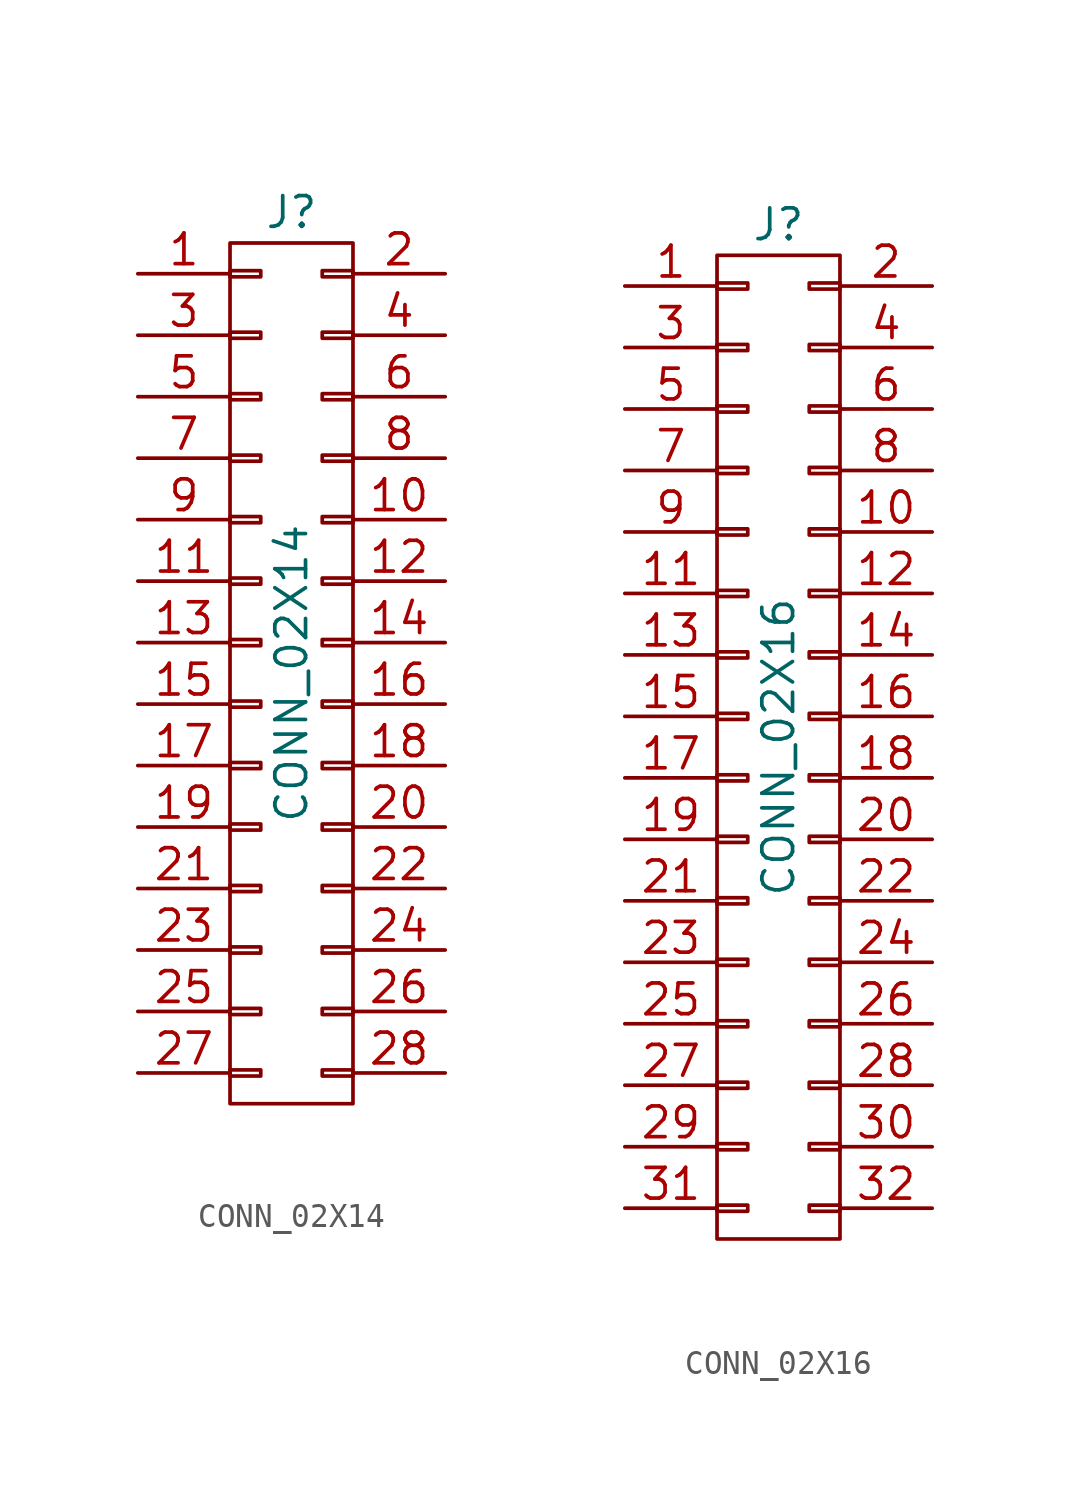
<source format=kicad_sym>
(kicad_symbol_lib
  (version 20211014)
  (generator kicad_symbol_editor)
  (symbol "CONN_02X14"
    (pin_names
      (offset 0.025) hide)
    (property "Reference" "J"
      (at 0 19.05 0)
      (effects (font (size 1.27 1.27))))
    (property "Value" "CONN_02X14"
      (at 0 0 90)
      (effects (font (size 1.27 1.27))))
    (symbol "CONN_02X14_0_1"
      (rectangle (start -2.54 -16.383) (end -1.27 -16.637) (stroke (width 0) (type default) (color 0 0 0 0)) (fill (type none)))
      (rectangle (start -2.54 -13.843) (end -1.27 -14.097) (stroke (width 0) (type default) (color 0 0 0 0)) (fill (type none)))
      (rectangle (start -2.54 -11.303) (end -1.27 -11.557) (stroke (width 0) (type default) (color 0 0 0 0)) (fill (type none)))
      (rectangle (start -2.54 -8.763) (end -1.27 -9.017) (stroke (width 0) (type default) (color 0 0 0 0)) (fill (type none)))
      (rectangle (start -2.54 -6.223) (end -1.27 -6.477) (stroke (width 0) (type default) (color 0 0 0 0)) (fill (type none)))
      (rectangle (start -2.54 -3.683) (end -1.27 -3.937) (stroke (width 0) (type default) (color 0 0 0 0)) (fill (type none)))
      (rectangle (start -2.54 -1.143) (end -1.27 -1.397) (stroke (width 0) (type default) (color 0 0 0 0)) (fill (type none)))
      (rectangle (start -2.54 1.397) (end -1.27 1.143) (stroke (width 0) (type default) (color 0 0 0 0)) (fill (type none)))
      (rectangle (start -2.54 3.937) (end -1.27 3.683) (stroke (width 0) (type default) (color 0 0 0 0)) (fill (type none)))
      (rectangle (start -2.54 6.477) (end -1.27 6.223) (stroke (width 0) (type default) (color 0 0 0 0)) (fill (type none)))
      (rectangle (start -2.54 9.017) (end -1.27 8.763) (stroke (width 0) (type default) (color 0 0 0 0)) (fill (type none)))
      (rectangle (start -2.54 11.557) (end -1.27 11.303) (stroke (width 0) (type default) (color 0 0 0 0)) (fill (type none)))
      (rectangle (start -2.54 14.097) (end -1.27 13.843) (stroke (width 0) (type default) (color 0 0 0 0)) (fill (type none)))
      (rectangle (start -2.54 16.637) (end -1.27 16.383) (stroke (width 0) (type default) (color 0 0 0 0)) (fill (type none)))
      (rectangle (start -2.54 17.78) (end 2.54 -17.78) (stroke (width 0) (type default) (color 0 0 0 0)) (fill (type none)))
      (rectangle (start 1.27 -16.383) (end 2.54 -16.637) (stroke (width 0) (type default) (color 0 0 0 0)) (fill (type none)))
      (rectangle (start 1.27 -13.843) (end 2.54 -14.097) (stroke (width 0) (type default) (color 0 0 0 0)) (fill (type none)))
      (rectangle (start 1.27 -11.303) (end 2.54 -11.557) (stroke (width 0) (type default) (color 0 0 0 0)) (fill (type none)))
      (rectangle (start 1.27 -8.763) (end 2.54 -9.017) (stroke (width 0) (type default) (color 0 0 0 0)) (fill (type none)))
      (rectangle (start 1.27 -6.223) (end 2.54 -6.477) (stroke (width 0) (type default) (color 0 0 0 0)) (fill (type none)))
      (rectangle (start 1.27 -3.683) (end 2.54 -3.937) (stroke (width 0) (type default) (color 0 0 0 0)) (fill (type none)))
      (rectangle (start 1.27 -1.143) (end 2.54 -1.397) (stroke (width 0) (type default) (color 0 0 0 0)) (fill (type none)))
      (rectangle (start 1.27 1.397) (end 2.54 1.143) (stroke (width 0) (type default) (color 0 0 0 0)) (fill (type none)))
      (rectangle (start 1.27 3.937) (end 2.54 3.683) (stroke (width 0) (type default) (color 0 0 0 0)) (fill (type none)))
      (rectangle (start 1.27 6.477) (end 2.54 6.223) (stroke (width 0) (type default) (color 0 0 0 0)) (fill (type none)))
      (rectangle (start 1.27 9.017) (end 2.54 8.763) (stroke (width 0) (type default) (color 0 0 0 0)) (fill (type none)))
      (rectangle (start 1.27 11.557) (end 2.54 11.303) (stroke (width 0) (type default) (color 0 0 0 0)) (fill (type none)))
      (rectangle (start 1.27 14.097) (end 2.54 13.843) (stroke (width 0) (type default) (color 0 0 0 0)) (fill (type none)))
      (rectangle (start 1.27 16.637) (end 2.54 16.383) (stroke (width 0) (type default) (color 0 0 0 0)) (fill (type none))))
    (symbol "CONN_02X14_1_1"
      (pin passive line (at -6.35 16.51 0) (length 3.81) (name "P1" (effects (font (size 1.27 1.27)))) (number "1" (effects (font (size 1.27 1.27)))))
      (pin passive line (at 6.35 6.35 180) (length 3.81) (name "P10" (effects (font (size 1.27 1.27)))) (number "10" (effects (font (size 1.27 1.27)))))
      (pin passive line (at -6.35 3.81 0) (length 3.81) (name "P11" (effects (font (size 1.27 1.27)))) (number "11" (effects (font (size 1.27 1.27)))))
      (pin passive line (at 6.35 3.81 180) (length 3.81) (name "P12" (effects (font (size 1.27 1.27)))) (number "12" (effects (font (size 1.27 1.27)))))
      (pin passive line (at -6.35 1.27 0) (length 3.81) (name "P13" (effects (font (size 1.27 1.27)))) (number "13" (effects (font (size 1.27 1.27)))))
      (pin passive line (at 6.35 1.27 180) (length 3.81) (name "P14" (effects (font (size 1.27 1.27)))) (number "14" (effects (font (size 1.27 1.27)))))
      (pin passive line (at -6.35 -1.27 0) (length 3.81) (name "P15" (effects (font (size 1.27 1.27)))) (number "15" (effects (font (size 1.27 1.27)))))
      (pin passive line (at 6.35 -1.27 180) (length 3.81) (name "P16" (effects (font (size 1.27 1.27)))) (number "16" (effects (font (size 1.27 1.27)))))
      (pin passive line (at -6.35 -3.81 0) (length 3.81) (name "P17" (effects (font (size 1.27 1.27)))) (number "17" (effects (font (size 1.27 1.27)))))
      (pin passive line (at 6.35 -3.81 180) (length 3.81) (name "P18" (effects (font (size 1.27 1.27)))) (number "18" (effects (font (size 1.27 1.27)))))
      (pin passive line (at -6.35 -6.35 0) (length 3.81) (name "P19" (effects (font (size 1.27 1.27)))) (number "19" (effects (font (size 1.27 1.27)))))
      (pin passive line (at 6.35 16.51 180) (length 3.81) (name "P2" (effects (font (size 1.27 1.27)))) (number "2" (effects (font (size 1.27 1.27)))))
      (pin passive line (at 6.35 -6.35 180) (length 3.81) (name "P20" (effects (font (size 1.27 1.27)))) (number "20" (effects (font (size 1.27 1.27)))))
      (pin passive line (at -6.35 -8.89 0) (length 3.81) (name "P21" (effects (font (size 1.27 1.27)))) (number "21" (effects (font (size 1.27 1.27)))))
      (pin passive line (at 6.35 -8.89 180) (length 3.81) (name "P22" (effects (font (size 1.27 1.27)))) (number "22" (effects (font (size 1.27 1.27)))))
      (pin passive line (at -6.35 -11.43 0) (length 3.81) (name "P23" (effects (font (size 1.27 1.27)))) (number "23" (effects (font (size 1.27 1.27)))))
      (pin passive line (at 6.35 -11.43 180) (length 3.81) (name "P24" (effects (font (size 1.27 1.27)))) (number "24" (effects (font (size 1.27 1.27)))))
      (pin passive line (at -6.35 -13.97 0) (length 3.81) (name "P25" (effects (font (size 1.27 1.27)))) (number "25" (effects (font (size 1.27 1.27)))))
      (pin passive line (at 6.35 -13.97 180) (length 3.81) (name "P26" (effects (font (size 1.27 1.27)))) (number "26" (effects (font (size 1.27 1.27)))))
      (pin passive line (at -6.35 -16.51 0) (length 3.81) (name "P27" (effects (font (size 1.27 1.27)))) (number "27" (effects (font (size 1.27 1.27)))))
      (pin passive line (at 6.35 -16.51 180) (length 3.81) (name "P28" (effects (font (size 1.27 1.27)))) (number "28" (effects (font (size 1.27 1.27)))))
      (pin passive line (at -6.35 13.97 0) (length 3.81) (name "P3" (effects (font (size 1.27 1.27)))) (number "3" (effects (font (size 1.27 1.27)))))
      (pin passive line (at 6.35 13.97 180) (length 3.81) (name "P4" (effects (font (size 1.27 1.27)))) (number "4" (effects (font (size 1.27 1.27)))))
      (pin passive line (at -6.35 11.43 0) (length 3.81) (name "P5" (effects (font (size 1.27 1.27)))) (number "5" (effects (font (size 1.27 1.27)))))
      (pin passive line (at 6.35 11.43 180) (length 3.81) (name "P6" (effects (font (size 1.27 1.27)))) (number "6" (effects (font (size 1.27 1.27)))))
      (pin passive line (at -6.35 8.89 0) (length 3.81) (name "P7" (effects (font (size 1.27 1.27)))) (number "7" (effects (font (size 1.27 1.27)))))
      (pin passive line (at 6.35 8.89 180) (length 3.81) (name "P8" (effects (font (size 1.27 1.27)))) (number "8" (effects (font (size 1.27 1.27)))))
      (pin passive line (at -6.35 6.35 0) (length 3.81) (name "P9" (effects (font (size 1.27 1.27)))) (number "9" (effects (font (size 1.27 1.27)))))))
  (symbol "CONN_02X16"
    (pin_names
      (offset 0.025) hide)
    (property "Reference" "J"
      (at 0 21.59 0)
      (effects (font (size 1.27 1.27))))
    (property "Value" "CONN_02X16"
      (at 0 0 90)
      (effects (font (size 1.27 1.27))))
    (symbol "CONN_02X16_0_1"
      (rectangle (start -2.54 -18.923) (end -1.27 -19.177) (stroke (width 0) (type default) (color 0 0 0 0)) (fill (type none)))
      (rectangle (start -2.54 -16.383) (end -1.27 -16.637) (stroke (width 0) (type default) (color 0 0 0 0)) (fill (type none)))
      (rectangle (start -2.54 -13.843) (end -1.27 -14.097) (stroke (width 0) (type default) (color 0 0 0 0)) (fill (type none)))
      (rectangle (start -2.54 -11.303) (end -1.27 -11.557) (stroke (width 0) (type default) (color 0 0 0 0)) (fill (type none)))
      (rectangle (start -2.54 -8.763) (end -1.27 -9.017) (stroke (width 0) (type default) (color 0 0 0 0)) (fill (type none)))
      (rectangle (start -2.54 -6.223) (end -1.27 -6.477) (stroke (width 0) (type default) (color 0 0 0 0)) (fill (type none)))
      (rectangle (start -2.54 -3.683) (end -1.27 -3.937) (stroke (width 0) (type default) (color 0 0 0 0)) (fill (type none)))
      (rectangle (start -2.54 -1.143) (end -1.27 -1.397) (stroke (width 0) (type default) (color 0 0 0 0)) (fill (type none)))
      (rectangle (start -2.54 1.397) (end -1.27 1.143) (stroke (width 0) (type default) (color 0 0 0 0)) (fill (type none)))
      (rectangle (start -2.54 3.937) (end -1.27 3.683) (stroke (width 0) (type default) (color 0 0 0 0)) (fill (type none)))
      (rectangle (start -2.54 6.477) (end -1.27 6.223) (stroke (width 0) (type default) (color 0 0 0 0)) (fill (type none)))
      (rectangle (start -2.54 9.017) (end -1.27 8.763) (stroke (width 0) (type default) (color 0 0 0 0)) (fill (type none)))
      (rectangle (start -2.54 11.557) (end -1.27 11.303) (stroke (width 0) (type default) (color 0 0 0 0)) (fill (type none)))
      (rectangle (start -2.54 14.097) (end -1.27 13.843) (stroke (width 0) (type default) (color 0 0 0 0)) (fill (type none)))
      (rectangle (start -2.54 16.637) (end -1.27 16.383) (stroke (width 0) (type default) (color 0 0 0 0)) (fill (type none)))
      (rectangle (start -2.54 19.177) (end -1.27 18.923) (stroke (width 0) (type default) (color 0 0 0 0)) (fill (type none)))
      (rectangle (start -2.54 20.32) (end 2.54 -20.32) (stroke (width 0) (type default) (color 0 0 0 0)) (fill (type none)))
      (rectangle (start 1.27 -18.923) (end 2.54 -19.177) (stroke (width 0) (type default) (color 0 0 0 0)) (fill (type none)))
      (rectangle (start 1.27 -16.383) (end 2.54 -16.637) (stroke (width 0) (type default) (color 0 0 0 0)) (fill (type none)))
      (rectangle (start 1.27 -13.843) (end 2.54 -14.097) (stroke (width 0) (type default) (color 0 0 0 0)) (fill (type none)))
      (rectangle (start 1.27 -11.303) (end 2.54 -11.557) (stroke (width 0) (type default) (color 0 0 0 0)) (fill (type none)))
      (rectangle (start 1.27 -8.763) (end 2.54 -9.017) (stroke (width 0) (type default) (color 0 0 0 0)) (fill (type none)))
      (rectangle (start 1.27 -6.223) (end 2.54 -6.477) (stroke (width 0) (type default) (color 0 0 0 0)) (fill (type none)))
      (rectangle (start 1.27 -3.683) (end 2.54 -3.937) (stroke (width 0) (type default) (color 0 0 0 0)) (fill (type none)))
      (rectangle (start 1.27 -1.143) (end 2.54 -1.397) (stroke (width 0) (type default) (color 0 0 0 0)) (fill (type none)))
      (rectangle (start 1.27 1.397) (end 2.54 1.143) (stroke (width 0) (type default) (color 0 0 0 0)) (fill (type none)))
      (rectangle (start 1.27 3.937) (end 2.54 3.683) (stroke (width 0) (type default) (color 0 0 0 0)) (fill (type none)))
      (rectangle (start 1.27 6.477) (end 2.54 6.223) (stroke (width 0) (type default) (color 0 0 0 0)) (fill (type none)))
      (rectangle (start 1.27 9.017) (end 2.54 8.763) (stroke (width 0) (type default) (color 0 0 0 0)) (fill (type none)))
      (rectangle (start 1.27 11.557) (end 2.54 11.303) (stroke (width 0) (type default) (color 0 0 0 0)) (fill (type none)))
      (rectangle (start 1.27 14.097) (end 2.54 13.843) (stroke (width 0) (type default) (color 0 0 0 0)) (fill (type none)))
      (rectangle (start 1.27 16.637) (end 2.54 16.383) (stroke (width 0) (type default) (color 0 0 0 0)) (fill (type none)))
      (rectangle (start 1.27 19.177) (end 2.54 18.923) (stroke (width 0) (type default) (color 0 0 0 0)) (fill (type none))))
    (symbol "CONN_02X16_1_1"
      (pin passive line (at -6.35 19.05 0) (length 3.81) (name "P1" (effects (font (size 1.27 1.27)))) (number "1" (effects (font (size 1.27 1.27)))))
      (pin passive line (at 6.35 8.89 180) (length 3.81) (name "P10" (effects (font (size 1.27 1.27)))) (number "10" (effects (font (size 1.27 1.27)))))
      (pin passive line (at -6.35 6.35 0) (length 3.81) (name "P11" (effects (font (size 1.27 1.27)))) (number "11" (effects (font (size 1.27 1.27)))))
      (pin passive line (at 6.35 6.35 180) (length 3.81) (name "P12" (effects (font (size 1.27 1.27)))) (number "12" (effects (font (size 1.27 1.27)))))
      (pin passive line (at -6.35 3.81 0) (length 3.81) (name "P13" (effects (font (size 1.27 1.27)))) (number "13" (effects (font (size 1.27 1.27)))))
      (pin passive line (at 6.35 3.81 180) (length 3.81) (name "P14" (effects (font (size 1.27 1.27)))) (number "14" (effects (font (size 1.27 1.27)))))
      (pin passive line (at -6.35 1.27 0) (length 3.81) (name "P15" (effects (font (size 1.27 1.27)))) (number "15" (effects (font (size 1.27 1.27)))))
      (pin passive line (at 6.35 1.27 180) (length 3.81) (name "P16" (effects (font (size 1.27 1.27)))) (number "16" (effects (font (size 1.27 1.27)))))
      (pin passive line (at -6.35 -1.27 0) (length 3.81) (name "P17" (effects (font (size 1.27 1.27)))) (number "17" (effects (font (size 1.27 1.27)))))
      (pin passive line (at 6.35 -1.27 180) (length 3.81) (name "P18" (effects (font (size 1.27 1.27)))) (number "18" (effects (font (size 1.27 1.27)))))
      (pin passive line (at -6.35 -3.81 0) (length 3.81) (name "P19" (effects (font (size 1.27 1.27)))) (number "19" (effects (font (size 1.27 1.27)))))
      (pin passive line (at 6.35 19.05 180) (length 3.81) (name "P2" (effects (font (size 1.27 1.27)))) (number "2" (effects (font (size 1.27 1.27)))))
      (pin passive line (at 6.35 -3.81 180) (length 3.81) (name "P20" (effects (font (size 1.27 1.27)))) (number "20" (effects (font (size 1.27 1.27)))))
      (pin passive line (at -6.35 -6.35 0) (length 3.81) (name "P21" (effects (font (size 1.27 1.27)))) (number "21" (effects (font (size 1.27 1.27)))))
      (pin passive line (at 6.35 -6.35 180) (length 3.81) (name "P22" (effects (font (size 1.27 1.27)))) (number "22" (effects (font (size 1.27 1.27)))))
      (pin passive line (at -6.35 -8.89 0) (length 3.81) (name "P23" (effects (font (size 1.27 1.27)))) (number "23" (effects (font (size 1.27 1.27)))))
      (pin passive line (at 6.35 -8.89 180) (length 3.81) (name "P24" (effects (font (size 1.27 1.27)))) (number "24" (effects (font (size 1.27 1.27)))))
      (pin passive line (at -6.35 -11.43 0) (length 3.81) (name "P25" (effects (font (size 1.27 1.27)))) (number "25" (effects (font (size 1.27 1.27)))))
      (pin passive line (at 6.35 -11.43 180) (length 3.81) (name "P26" (effects (font (size 1.27 1.27)))) (number "26" (effects (font (size 1.27 1.27)))))
      (pin passive line (at -6.35 -13.97 0) (length 3.81) (name "P27" (effects (font (size 1.27 1.27)))) (number "27" (effects (font (size 1.27 1.27)))))
      (pin passive line (at 6.35 -13.97 180) (length 3.81) (name "P28" (effects (font (size 1.27 1.27)))) (number "28" (effects (font (size 1.27 1.27)))))
      (pin passive line (at -6.35 -16.51 0) (length 3.81) (name "P29" (effects (font (size 1.27 1.27)))) (number "29" (effects (font (size 1.27 1.27)))))
      (pin passive line (at -6.35 16.51 0) (length 3.81) (name "P3" (effects (font (size 1.27 1.27)))) (number "3" (effects (font (size 1.27 1.27)))))
      (pin passive line (at 6.35 -16.51 180) (length 3.81) (name "P30" (effects (font (size 1.27 1.27)))) (number "30" (effects (font (size 1.27 1.27)))))
      (pin passive line (at -6.35 -19.05 0) (length 3.81) (name "P31" (effects (font (size 1.27 1.27)))) (number "31" (effects (font (size 1.27 1.27)))))
      (pin passive line (at 6.35 -19.05 180) (length 3.81) (name "P32" (effects (font (size 1.27 1.27)))) (number "32" (effects (font (size 1.27 1.27)))))
      (pin passive line (at 6.35 16.51 180) (length 3.81) (name "P4" (effects (font (size 1.27 1.27)))) (number "4" (effects (font (size 1.27 1.27)))))
      (pin passive line (at -6.35 13.97 0) (length 3.81) (name "P5" (effects (font (size 1.27 1.27)))) (number "5" (effects (font (size 1.27 1.27)))))
      (pin passive line (at 6.35 13.97 180) (length 3.81) (name "P6" (effects (font (size 1.27 1.27)))) (number "6" (effects (font (size 1.27 1.27)))))
      (pin passive line (at -6.35 11.43 0) (length 3.81) (name "P7" (effects (font (size 1.27 1.27)))) (number "7" (effects (font (size 1.27 1.27)))))
      (pin passive line (at 6.35 11.43 180) (length 3.81) (name "P8" (effects (font (size 1.27 1.27)))) (number "8" (effects (font (size 1.27 1.27)))))
      (pin passive line (at -6.35 8.89 0) (length 3.81) (name "P9" (effects (font (size 1.27 1.27)))) (number "9" (effects (font (size 1.27 1.27))))))))
</source>
